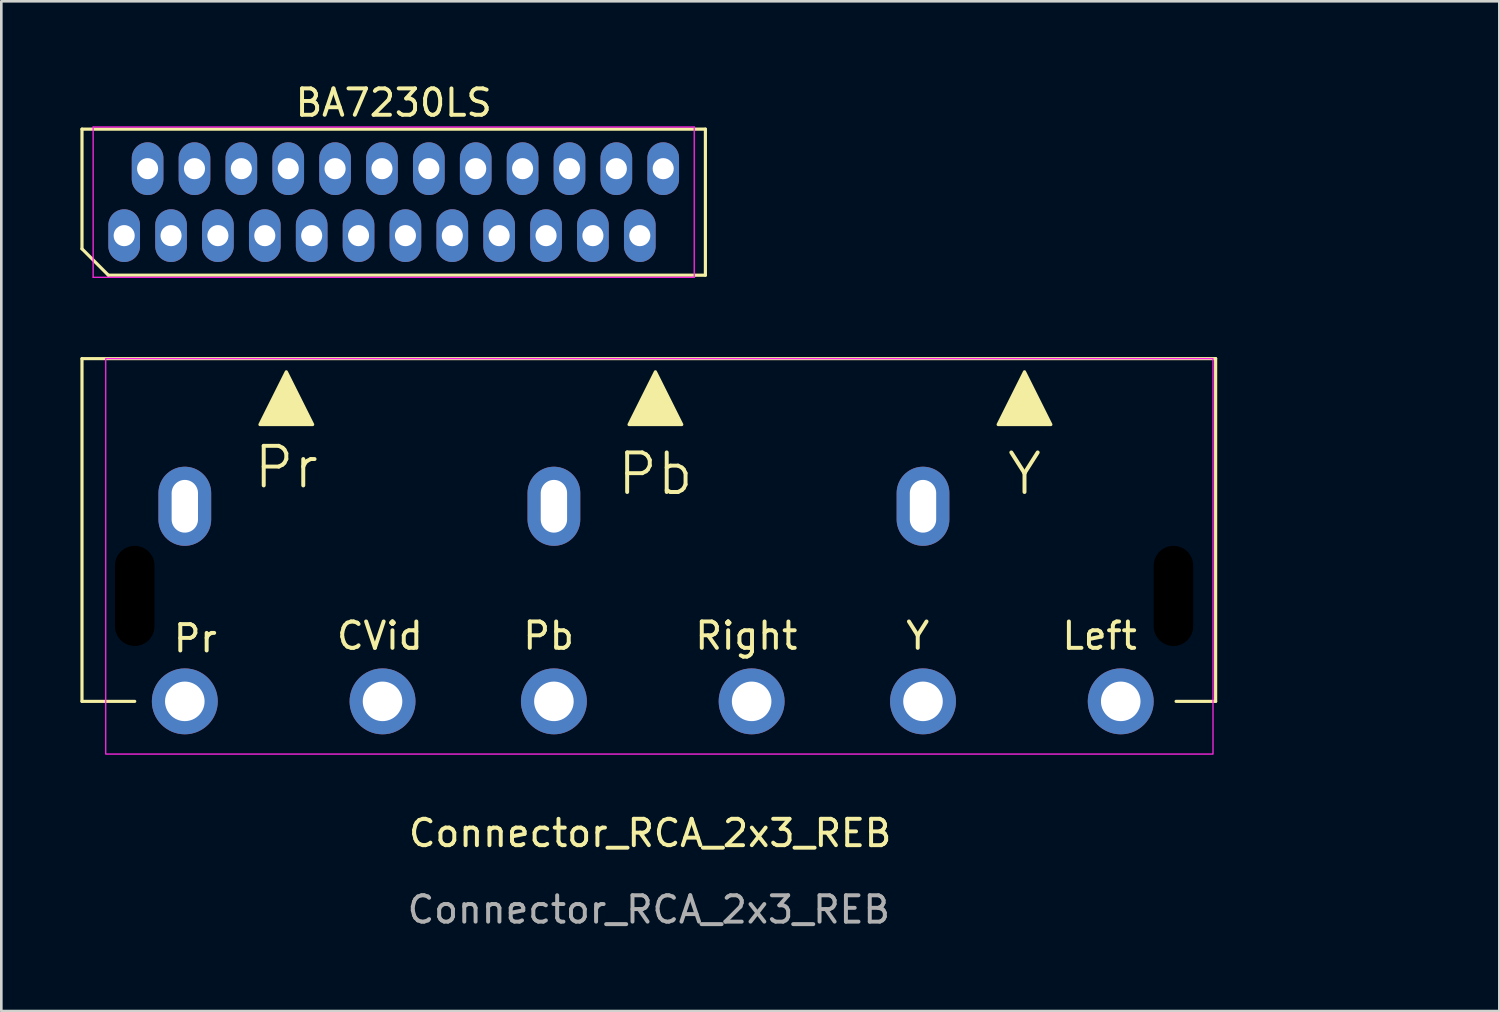
<source format=kicad_pcb>
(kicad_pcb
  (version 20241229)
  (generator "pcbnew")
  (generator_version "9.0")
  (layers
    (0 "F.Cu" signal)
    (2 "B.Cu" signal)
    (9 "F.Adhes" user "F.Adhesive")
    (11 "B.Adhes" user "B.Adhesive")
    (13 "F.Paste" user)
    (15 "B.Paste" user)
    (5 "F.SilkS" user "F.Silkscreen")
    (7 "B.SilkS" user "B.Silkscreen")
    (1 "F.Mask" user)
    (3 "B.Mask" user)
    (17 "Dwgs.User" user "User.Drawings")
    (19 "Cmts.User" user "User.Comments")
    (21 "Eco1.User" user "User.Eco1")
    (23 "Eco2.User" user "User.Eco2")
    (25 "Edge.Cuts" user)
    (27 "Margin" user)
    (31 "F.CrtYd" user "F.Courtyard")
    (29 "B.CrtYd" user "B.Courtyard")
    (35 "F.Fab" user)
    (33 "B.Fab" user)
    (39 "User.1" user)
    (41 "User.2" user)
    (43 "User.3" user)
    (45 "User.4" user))
  (footprint "BA7230LS"
    (layer "F.Cu")
    (at 11.883 4.618)
    (property "Reference" "BA7230LS" (at 0 -3.77 0) (layer "F.SilkS") (effects (font (size 1 1) (thickness 0.15))))
    (fp_line (start -11.823 -2.77) (end 11.823 -2.77) (stroke (width 0.12) (type default)) (layer "F.SilkS"))
    (fp_line (start -11.823 1.77) (end -11.823 -2.77) (stroke (width 0.12) (type default)) (layer "F.SilkS"))
    (fp_line (start -10.823 2.77) (end -11.823 1.77) (stroke (width 0.12) (type default)) (layer "F.SilkS"))
    (fp_line (start 11.823 -2.77) (end 11.823 2.77) (stroke (width 0.12) (type default)) (layer "F.SilkS"))
    (fp_line (start 11.823 2.77) (end -10.823 2.77) (stroke (width 0.12) (type default)) (layer "F.SilkS"))
    (fp_line (start -11.4 -2.85) (end 11.4 -2.85) (stroke (width 0.05) (type default)) (layer "F.CrtYd"))
    (fp_line (start -11.4 2.85) (end -11.4 -2.85) (stroke (width 0.05) (type default)) (layer "F.CrtYd"))
    (fp_line (start 11.4 -2.85) (end 11.4 2.85) (stroke (width 0.05) (type default)) (layer "F.CrtYd"))
    (fp_line (start 11.4 2.85) (end -11.4 2.85) (stroke (width 0.05) (type default)) (layer "F.CrtYd"))
    (pad "1" thru_hole oval (at -10.223 1.27) (size 1.2 2) (drill 0.8) (layers "*.Cu" "*.Mask"))
    (pad "2" thru_hole oval (at -9.335 -1.27) (size 1.2 2) (drill 0.8) (layers "*.Cu" "*.Mask"))
    (pad "3" thru_hole oval (at -8.445 1.27) (size 1.2 2) (drill 0.8) (layers "*.Cu" "*.Mask"))
    (pad "4" thru_hole oval (at -7.556 -1.27) (size 1.2 2) (drill 0.8) (layers "*.Cu" "*.Mask"))
    (pad "5" thru_hole oval (at -6.668 1.27) (size 1.2 2) (drill 0.8) (layers "*.Cu" "*.Mask"))
    (pad "6" thru_hole oval (at -5.779 -1.27) (size 1.2 2) (drill 0.8) (layers "*.Cu" "*.Mask"))
    (pad "7" thru_hole oval (at -4.889 1.27) (size 1.2 2) (drill 0.8) (layers "*.Cu" "*.Mask"))
    (pad "8" thru_hole oval (at -4 -1.27) (size 1.2 2) (drill 0.8) (layers "*.Cu" "*.Mask"))
    (pad "9" thru_hole oval (at -3.111 1.27) (size 1.2 2) (drill 0.8) (layers "*.Cu" "*.Mask"))
    (pad "10" thru_hole oval (at -2.223 -1.27) (size 1.2 2) (drill 0.8) (layers "*.Cu" "*.Mask"))
    (pad "11" thru_hole oval (at -1.333 1.27) (size 1.2 2) (drill 0.8) (layers "*.Cu" "*.Mask"))
    (pad "12" thru_hole oval (at -0.445 -1.27) (size 1.2 2) (drill 0.8) (layers "*.Cu" "*.Mask"))
    (pad "13" thru_hole oval (at 0.445 1.27) (size 1.2 2) (drill 0.8) (layers "*.Cu" "*.Mask"))
    (pad "14" thru_hole oval (at 1.333 -1.27) (size 1.2 2) (drill 0.8) (layers "*.Cu" "*.Mask"))
    (pad "15" thru_hole oval (at 2.223 1.27) (size 1.2 2) (drill 0.8) (layers "*.Cu" "*.Mask"))
    (pad "16" thru_hole oval (at 3.111 -1.27) (size 1.2 2) (drill 0.8) (layers "*.Cu" "*.Mask"))
    (pad "17" thru_hole oval (at 4 1.27) (size 1.2 2) (drill 0.8) (layers "*.Cu" "*.Mask"))
    (pad "18" thru_hole oval (at 4.889 -1.27) (size 1.2 2) (drill 0.8) (layers "*.Cu" "*.Mask"))
    (pad "19" thru_hole oval (at 5.779 1.27) (size 1.2 2) (drill 0.8) (layers "*.Cu" "*.Mask"))
    (pad "20" thru_hole oval (at 6.668 -1.27) (size 1.2 2) (drill 0.8) (layers "*.Cu" "*.Mask"))
    (pad "21" thru_hole oval (at 7.556 1.27) (size 1.2 2) (drill 0.8) (layers "*.Cu" "*.Mask"))
    (pad "22" thru_hole oval (at 8.445 -1.27) (size 1.2 2) (drill 0.8) (layers "*.Cu" "*.Mask"))
    (pad "23" thru_hole oval (at 9.335 1.27) (size 1.2 2) (drill 0.8) (layers "*.Cu" "*.Mask"))
    (pad "24" thru_hole oval (at 10.223 -1.27) (size 1.2 2) (drill 0.8) (layers "*.Cu" "*.Mask")))
  (footprint "Connector_RCA_2x3_REB"
    (layer "F.Cu")
    (at 21.56 23.553)
    (property "Reference" "Connector_RCA_2x3_REB" (at 0.05 5 0) (unlocked yes) (layer "F.SilkS") (effects (font (size 1 1) (thickness 0.15))))
    (attr through_hole)
    (fp_line (start -21.5 -13) (end 21.5 -13) (stroke (width 0.12) (type default)) (layer "F.SilkS"))
    (fp_line (start -21.5 0) (end -21.5 -13) (stroke (width 0.12) (type default)) (layer "F.SilkS"))
    (fp_line (start -19.5 0) (end -21.5 0) (stroke (width 0.12) (type default)) (layer "F.SilkS"))
    (fp_line (start 21.5 -13) (end 21.5 0) (stroke (width 0.12) (type default)) (layer "F.SilkS"))
    (fp_line (start 21.5 0) (end 20 0) (stroke (width 0.12) (type default)) (layer "F.SilkS"))
    (fp_poly (pts (xy -14.75 -10.5) (xy -13.75 -12.5) (xy -12.75 -10.5)) (stroke (width 0.12) (type solid)) (fill yes) (layer "F.SilkS"))
    (fp_poly (pts (xy -0.75 -10.5) (xy 0.25 -12.5) (xy 1.25 -10.5)) (stroke (width 0.12) (type solid)) (fill yes) (layer "F.SilkS"))
    (fp_poly (pts (xy 13.25 -10.5) (xy 14.25 -12.5) (xy 15.25 -10.5)) (stroke (width 0.12) (type solid)) (fill yes) (layer "F.SilkS"))
    (fp_rect (start -20.6 -13) (end 21.4 2) (stroke (width 0.05) (type solid)) (fill no) (layer "F.CrtYd"))
    (fp_rect (start -21.3 -13) (end 29.2 -7.4) (stroke (width 0.12) (type solid)) (fill no) (layer "User.1"))
    (fp_rect (start -21.3 -13) (end 29.2 -3.95) (stroke (width 0.12) (type solid)) (fill no) (layer "User.1"))
    (fp_rect (start -21.3 0) (end 29.2 -13) (stroke (width 0.12) (type solid)) (fill no) (layer "User.1"))
    (fp_text user "CVid" (at -10.2 -1.9 0) (unlocked yes) (layer "F.SilkS") (effects (font (size 1 1) (thickness 0.15)) (justify bottom)))
    (fp_text user "Right" (at 3.7 -1.9 0) (unlocked yes) (layer "F.SilkS") (effects (font (size 1 1) (thickness 0.15)) (justify bottom)))
    (fp_text user "Pb" (at 0.25 -7.75 0) (unlocked yes) (layer "F.SilkS") (effects (font (size 1.5 1.5) (thickness 0.15)) (justify bottom)))
    (fp_text user "Pr" (at -13.75 -8 0) (unlocked yes) (layer "F.SilkS") (effects (font (size 1.5 1.5) (thickness 0.15)) (justify bottom)))
    (fp_text user "Pb" (at -3.8 -1.9 0) (unlocked yes) (layer "F.SilkS") (effects (font (size 1 1) (thickness 0.15)) (justify bottom)))
    (fp_text user "Pr" (at -17.2 -1.8 0) (unlocked yes) (layer "F.SilkS") (effects (font (size 1 1) (thickness 0.15)) (justify bottom)))
    (fp_text user "Left" (at 17.1 -1.9 0) (unlocked yes) (layer "F.SilkS") (effects (font (size 1 1) (thickness 0.15)) (justify bottom)))
    (fp_text user "Y" (at 10.2 -1.9 0) (unlocked yes) (layer "F.SilkS") (effects (font (size 1 1) (thickness 0.15)) (justify bottom)))
    (fp_text user "Y" (at 14.25 -7.75 0) (unlocked yes) (layer "F.SilkS") (effects (font (size 1.5 1.5) (thickness 0.15)) (justify bottom)))
    (fp_text user "${REFERENCE}" (at 0 7.9 0) (unlocked yes) (layer "F.Fab") (effects (font (size 1 1) (thickness 0.15))))
    (pad "" np_thru_hole oval (at -19.5 -4) (size 2 4.3) (drill oval 1.5 3.8) (layers "*.Mask"))
    (pad "" np_thru_hole oval (at 19.9 -4) (size 2 4.3) (drill oval 1.5 3.8) (layers "*.Mask"))
    (pad "1" thru_hole circle (at -17.6 0) (size 2.5 2.5) (drill 1.5) (layers "*.Cu" "*.Mask"))
    (pad "2" thru_hole circle (at -10.1 0) (size 2.5 2.5) (drill 1.5) (layers "*.Cu" "*.Mask"))
    (pad "3" thru_hole circle (at -3.6 0) (size 2.5 2.5) (drill 1.5) (layers "*.Cu" "*.Mask"))
    (pad "4" thru_hole circle (at 3.9 0) (size 2.5 2.5) (drill 1.5) (layers "*.Cu" "*.Mask"))
    (pad "5" thru_hole circle (at 10.4 0) (size 2.5 2.5) (drill 1.5) (layers "*.Cu" "*.Mask"))
    (pad "6" thru_hole circle (at 17.9 0) (size 2.5 2.5) (drill 1.5) (layers "*.Cu" "*.Mask"))
    (pad "7" thru_hole oval (at 10.4 -7.4) (size 2 3) (drill oval 1 2) (layers "*.Cu" "*.Mask"))
    (pad "8" thru_hole oval (at -3.6 -7.4) (size 2 3) (drill oval 1 2) (layers "*.Cu" "*.Mask"))
    (pad "9" thru_hole oval (at -17.6 -7.4) (size 2 3) (drill oval 1 2) (layers "*.Cu" "*.Mask")))
  (gr_rect
    (start -3 -3)
    (end 53.82 35.301)
    (stroke (width 0.1) (type default))
    (fill no)
    (layer "Edge.Cuts")))
</source>
